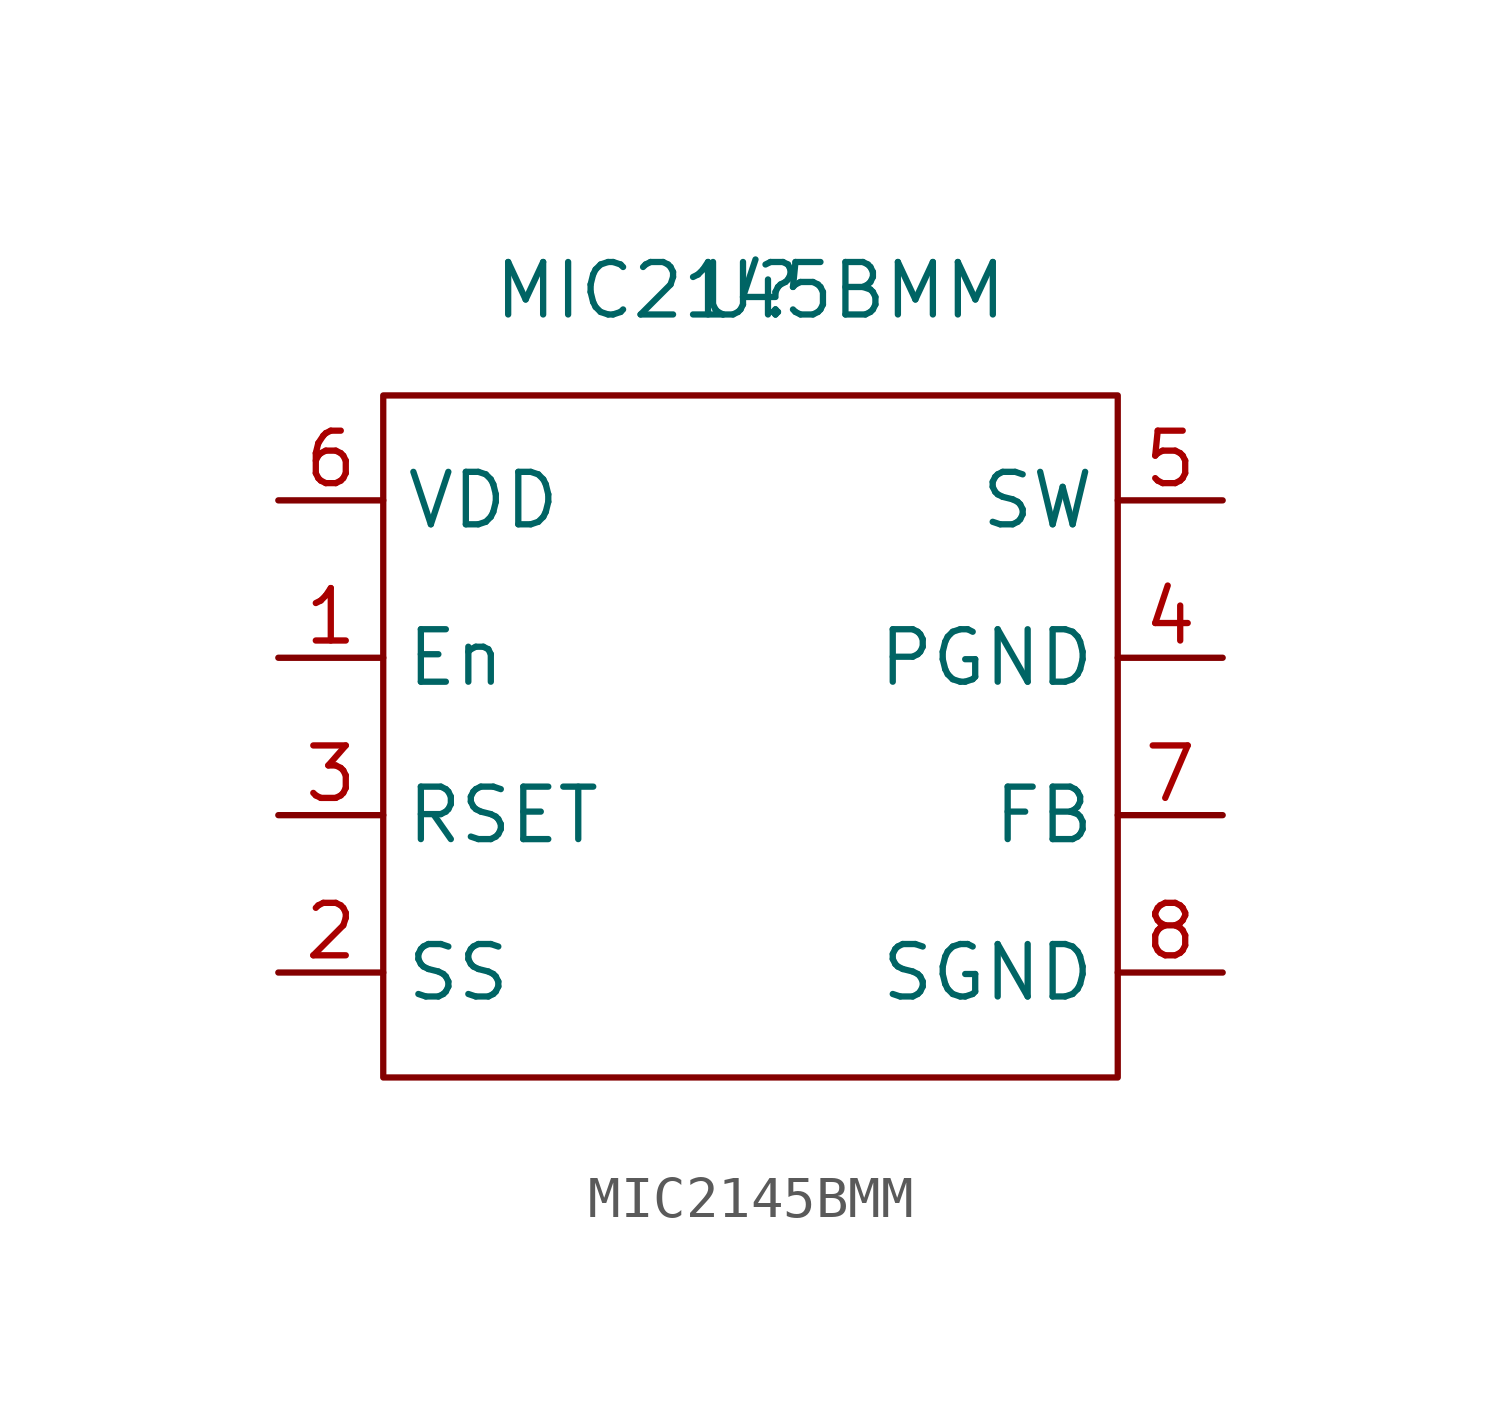
<source format=kicad_sym>
(kicad_symbol_lib
  (version 20211014)
  (generator kicad_symbol_editor)
  (symbol "MIC2145BMM"
    (property "Reference" "U"
      (at 0 0 0)
      (effects (font (size 1.27 1.27))))
    (property "Value" "MIC2145BMM"
      (at 0 0 0)
      (effects (font (size 1.27 1.27))))
    (symbol "MIC2145BMM_0_1"
      (rectangle (start -8.89 -2.54) (end 8.89 -19.05) (stroke (width 0.152) (type default) (color 0 0 0 0)) (fill (type none))))
    (symbol "MIC2145BMM_1_1"
      (pin input line (at -11.43 -8.89 0) (length 2.54) (name "En" (effects (font (size 1.27 1.27)))) (number "1" (effects (font (size 1.27 1.27)))))
      (pin input line (at -11.43 -16.51 0) (length 2.54) (name "SS" (effects (font (size 1.27 1.27)))) (number "2" (effects (font (size 1.27 1.27)))))
      (pin input line (at -11.43 -12.7 0) (length 2.54) (name "RSET" (effects (font (size 1.27 1.27)))) (number "3" (effects (font (size 1.27 1.27)))))
      (pin passive line (at 11.43 -8.89 180) (length 2.54) (name "PGND" (effects (font (size 1.27 1.27)))) (number "4" (effects (font (size 1.27 1.27)))))
      (pin input line (at 11.43 -5.08 180) (length 2.54) (name "SW" (effects (font (size 1.27 1.27)))) (number "5" (effects (font (size 1.27 1.27)))))
      (pin input line (at -11.43 -5.08 0) (length 2.54) (name "VDD" (effects (font (size 1.27 1.27)))) (number "6" (effects (font (size 1.27 1.27)))))
      (pin input line (at 11.43 -12.7 180) (length 2.54) (name "FB" (effects (font (size 1.27 1.27)))) (number "7" (effects (font (size 1.27 1.27)))))
      (pin passive line (at 11.43 -16.51 180) (length 2.54) (name "SGND" (effects (font (size 1.27 1.27)))) (number "8" (effects (font (size 1.27 1.27))))))))
</source>
